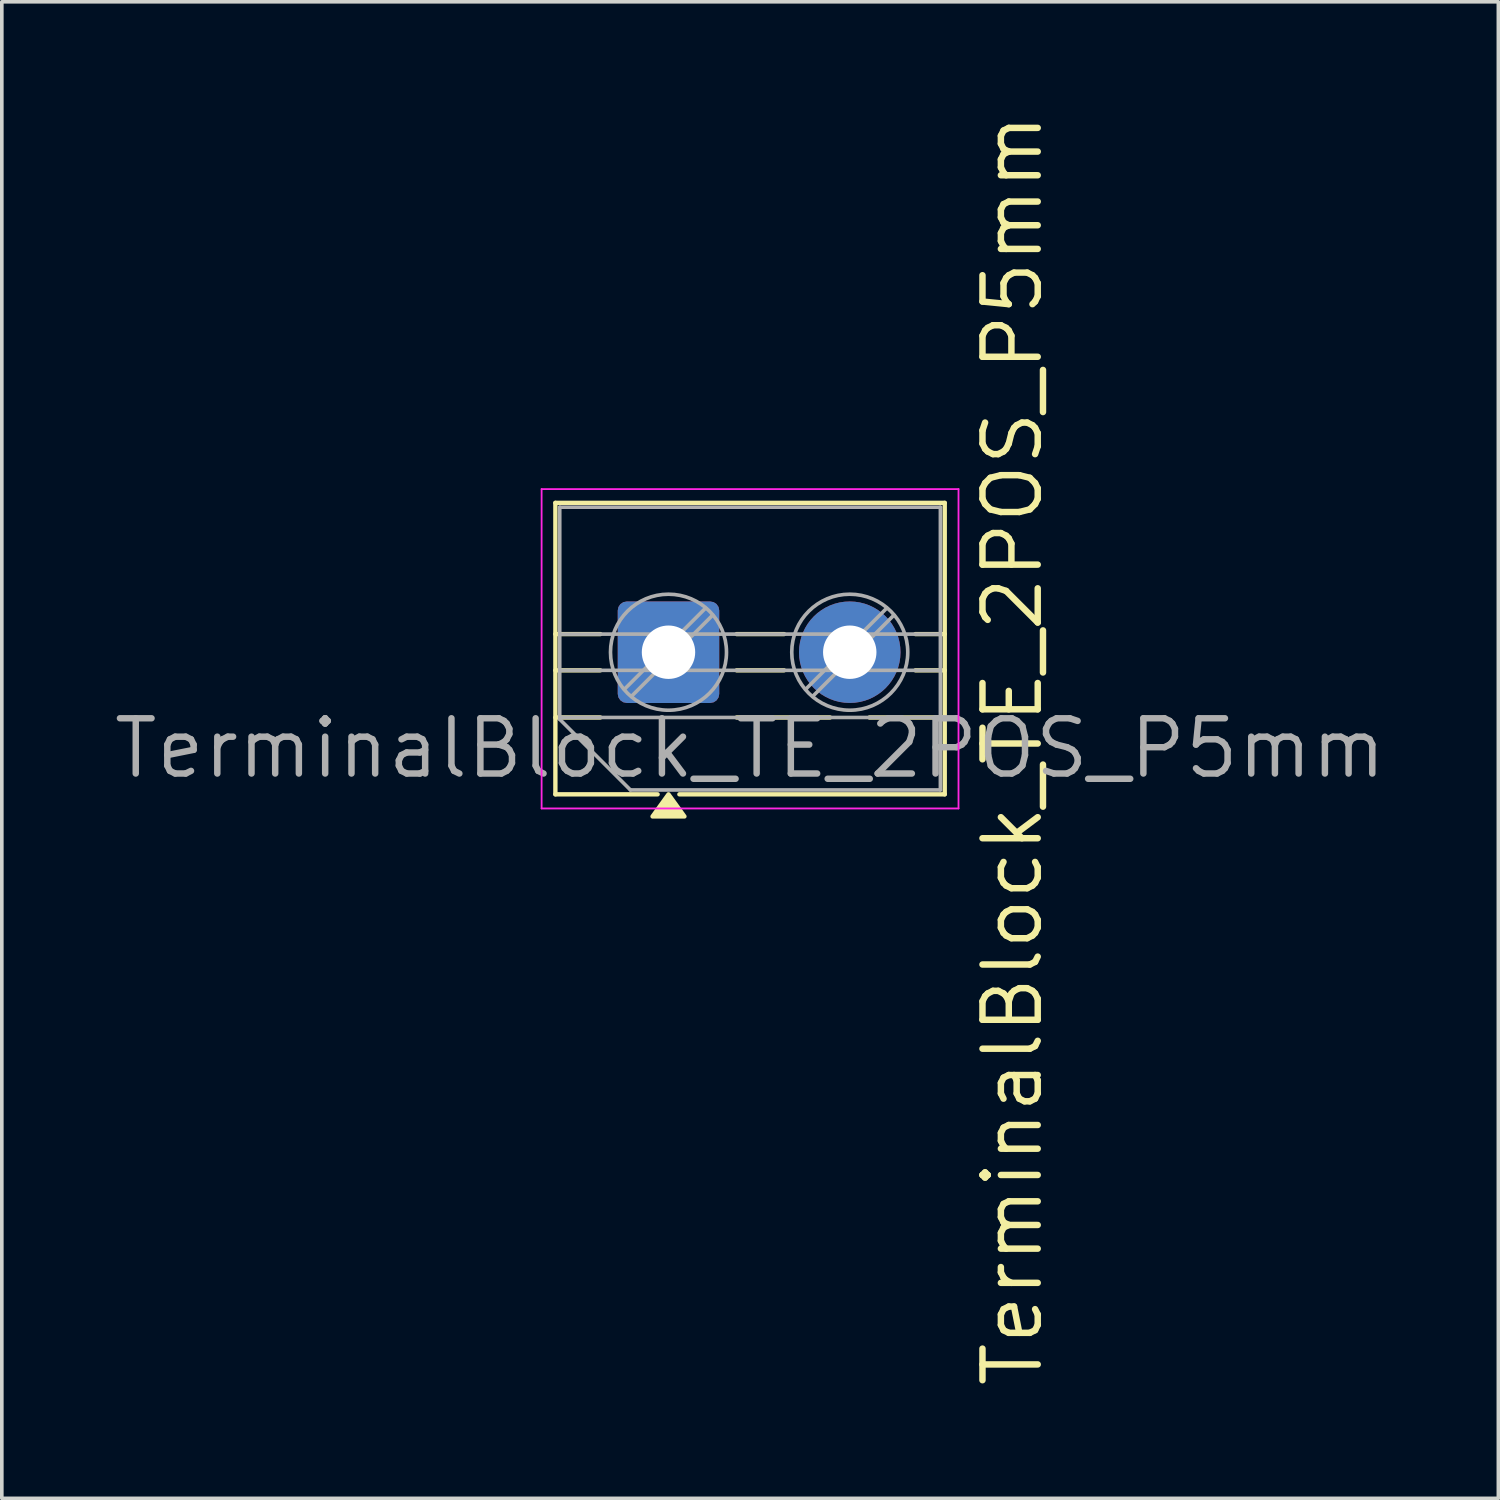
<source format=kicad_pcb>
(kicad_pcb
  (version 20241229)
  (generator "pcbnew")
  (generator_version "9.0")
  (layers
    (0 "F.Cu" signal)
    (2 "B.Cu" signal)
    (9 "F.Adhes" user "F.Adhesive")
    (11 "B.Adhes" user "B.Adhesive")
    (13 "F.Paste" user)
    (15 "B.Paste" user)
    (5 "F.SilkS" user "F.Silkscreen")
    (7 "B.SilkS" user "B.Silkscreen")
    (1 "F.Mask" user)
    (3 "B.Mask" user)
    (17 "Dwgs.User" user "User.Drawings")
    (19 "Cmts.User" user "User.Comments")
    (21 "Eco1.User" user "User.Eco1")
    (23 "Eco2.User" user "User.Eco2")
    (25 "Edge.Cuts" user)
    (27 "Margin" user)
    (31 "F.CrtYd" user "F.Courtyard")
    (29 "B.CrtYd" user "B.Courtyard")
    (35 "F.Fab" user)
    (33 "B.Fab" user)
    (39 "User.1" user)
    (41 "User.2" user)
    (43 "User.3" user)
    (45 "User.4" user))
  (footprint "TerminalBlock_TE_2POS_P5mm"
    (layer "F.Cu")
    (at 15.39 14.941)
    (property "Reference" "TerminalBlock_TE_2POS_P5mm" (at 9.489 2.7 90) (layer "F.SilkS") (effects (font (size 1.524 1.524) (thickness 0.178))))
    (attr through_hole)
    (fp_line (start -3.12 -4.12) (end 7.62 -4.12) (stroke (width 0.12) (type solid)) (layer "F.SilkS"))
    (fp_line (start -3.12 -0.5) (end -1.88 -0.5) (stroke (width 0.12) (type solid)) (layer "F.SilkS"))
    (fp_line (start -3.12 0.5) (end -1.88 0.5) (stroke (width 0.12) (type solid)) (layer "F.SilkS"))
    (fp_line (start -3.12 1.8) (end -1.88 1.8) (stroke (width 0.12) (type solid)) (layer "F.SilkS"))
    (fp_line (start -3.12 3.92) (end -3.12 -4.12) (stroke (width 0.12) (type solid)) (layer "F.SilkS"))
    (fp_line (start -0.3 3.92) (end -3.12 3.92) (stroke (width 0.12) (type solid)) (layer "F.SilkS"))
    (fp_line (start 1.88 -0.5) (end 3.188 -0.5) (stroke (width 0.12) (type solid)) (layer "F.SilkS"))
    (fp_line (start 1.88 0.5) (end 3.188 0.5) (stroke (width 0.12) (type solid)) (layer "F.SilkS"))
    (fp_line (start 1.88 1.8) (end 4.457 1.8) (stroke (width 0.12) (type solid)) (layer "F.SilkS"))
    (fp_line (start 5.543 1.8) (end 7.62 1.8) (stroke (width 0.12) (type solid)) (layer "F.SilkS"))
    (fp_line (start 6.812 -0.5) (end 7.62 -0.5) (stroke (width 0.12) (type solid)) (layer "F.SilkS"))
    (fp_line (start 6.812 0.5) (end 7.62 0.5) (stroke (width 0.12) (type solid)) (layer "F.SilkS"))
    (fp_line (start 7.62 -4.12) (end 7.62 3.92) (stroke (width 0.12) (type solid)) (layer "F.SilkS"))
    (fp_line (start 7.62 3.92) (end 0.3 3.92) (stroke (width 0.12) (type solid)) (layer "F.SilkS"))
    (fp_poly (pts (xy 0 3.92) (xy 0.44 4.53) (xy -0.44 4.53)) (stroke (width 0.12) (type solid)) (fill yes) (layer "F.SilkS"))
    (fp_line (start -3.5 -4.5) (end -3.5 4.31) (stroke (width 0.05) (type solid)) (layer "F.CrtYd"))
    (fp_line (start -3.5 4.31) (end 8 4.31) (stroke (width 0.05) (type solid)) (layer "F.CrtYd"))
    (fp_line (start 8 -4.5) (end -3.5 -4.5) (stroke (width 0.05) (type solid)) (layer "F.CrtYd"))
    (fp_line (start 8 4.31) (end 8 -4.5) (stroke (width 0.05) (type solid)) (layer "F.CrtYd"))
    (fp_line (start -3 -4) (end 7.5 -4) (stroke (width 0.1) (type solid)) (layer "F.Fab"))
    (fp_line (start -3 -0.5) (end 7.5 -0.5) (stroke (width 0.1) (type solid)) (layer "F.Fab"))
    (fp_line (start -3 0.5) (end 7.5 0.5) (stroke (width 0.1) (type solid)) (layer "F.Fab"))
    (fp_line (start -3 1.8) (end 7.5 1.8) (stroke (width 0.1) (type solid)) (layer "F.Fab"))
    (fp_line (start -3 1.85) (end -3 -4) (stroke (width 0.1) (type solid)) (layer "F.Fab"))
    (fp_line (start -1.05 3.8) (end -3 1.85) (stroke (width 0.1) (type solid)) (layer "F.Fab"))
    (fp_line (start 1.018 -1.213) (end -1.213 1.018) (stroke (width 0.1) (type solid)) (layer "F.Fab"))
    (fp_line (start 1.213 -1.018) (end -1.018 1.213) (stroke (width 0.1) (type solid)) (layer "F.Fab"))
    (fp_line (start 6.018 -1.213) (end 3.787 1.018) (stroke (width 0.1) (type solid)) (layer "F.Fab"))
    (fp_line (start 6.213 -1.018) (end 3.982 1.213) (stroke (width 0.1) (type solid)) (layer "F.Fab"))
    (fp_line (start 7.5 -4) (end 7.5 3.8) (stroke (width 0.1) (type solid)) (layer "F.Fab"))
    (fp_line (start 7.5 3.8) (end -1.05 3.8) (stroke (width 0.1) (type solid)) (layer "F.Fab"))
    (fp_circle (center 0 0) (end 1.6 0) (stroke (width 0.1) (type solid)) (fill no) (layer "F.Fab"))
    (fp_circle (center 5 0) (end 6.6 0) (stroke (width 0.1) (type solid)) (fill no) (layer "F.Fab"))
    (fp_text user "${REFERENCE}" (at 2.25 2.65 0) (layer "F.Fab") (effects (font (size 1.524 1.524) (thickness 0.178))))
    (pad "1" thru_hole roundrect (at 0 0) (size 2.8 2.8) (drill 1.473) (layers "*.Cu" "*.Mask") (roundrect_rratio 0.089))
    (pad "2" thru_hole circle (at 5 0) (size 2.8 2.8) (drill 1.473) (layers "*.Cu" "*.Mask")))
  (gr_rect
    (start -3 -3)
    (end 38.281 38.281)
    (stroke (width 0.1) (type default))
    (fill no)
    (layer "Edge.Cuts")))
</source>
